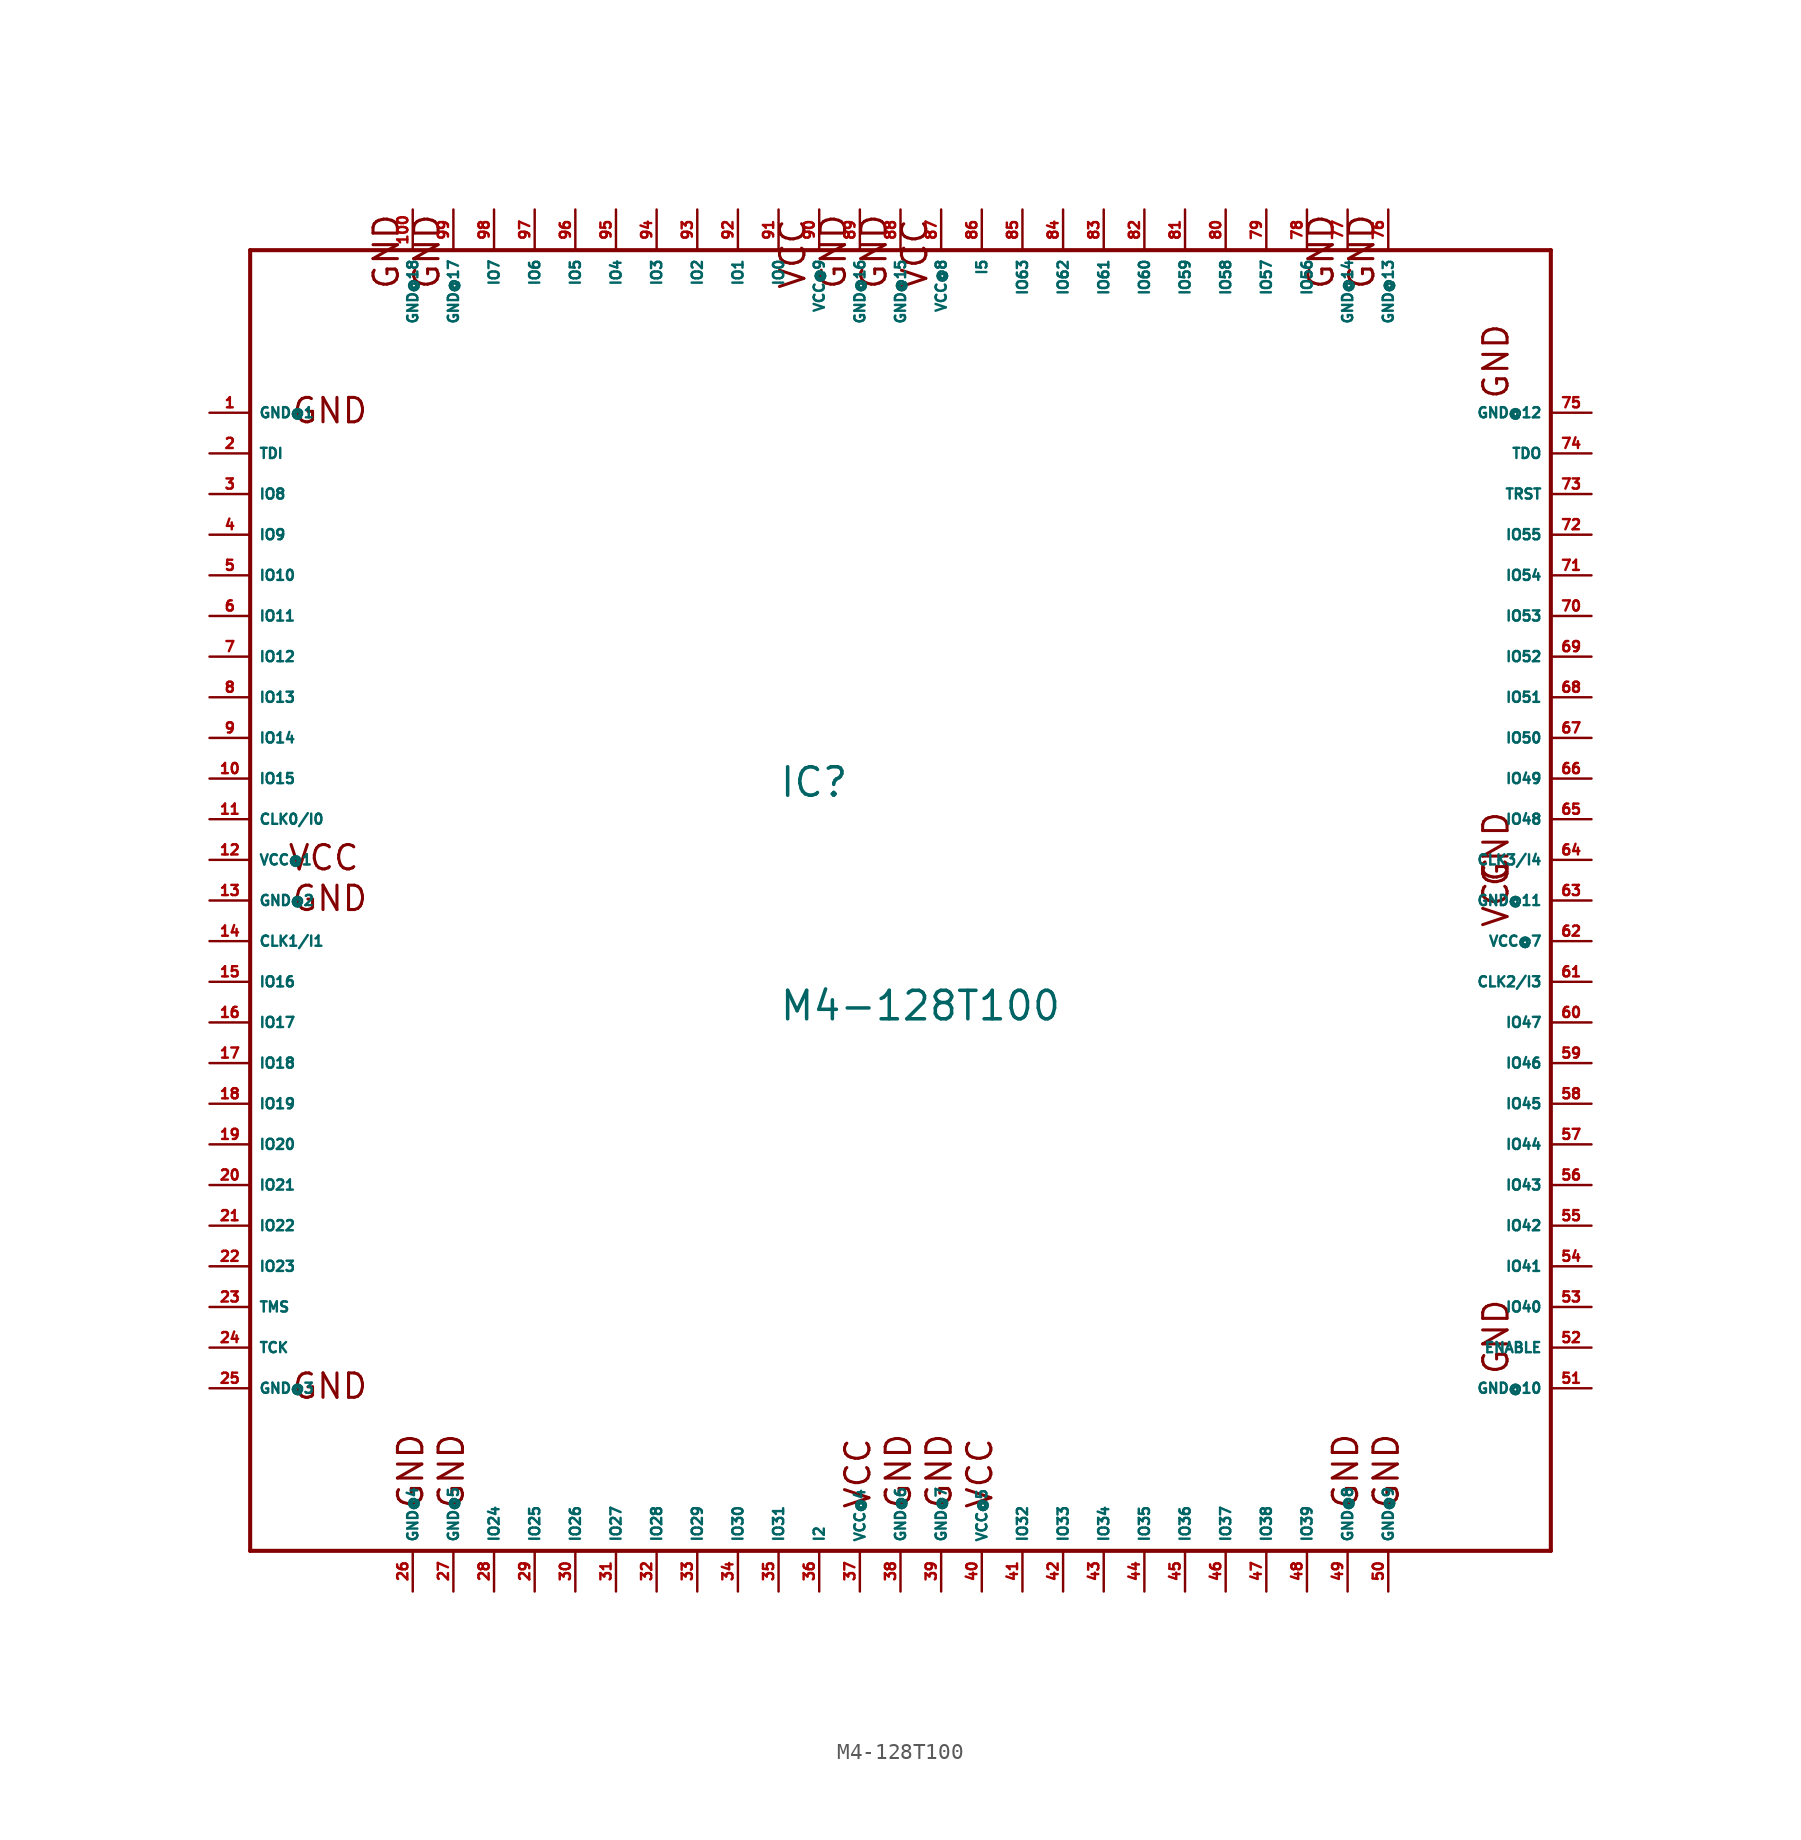
<source format=kicad_sym>
(kicad_symbol_lib
  (version 20220914)
  (generator Eagle2Kicad)
  (symbol "M4-128T100"
    (property "Reference" "IC"
      (at -7.62 6.35 0)
      (effects (font (size 1.778 1.778) (thickness 0.22)) (justify left bottom)))
    (property "Value" "M4-128T100"
      (at -7.62 -7.62 0)
      (effects (font (size 1.778 1.778) (thickness 0.22)) (justify left bottom)))
    (polyline
      (pts (xy -40.64 40.64) (xy -40.64 -40.64))
      (stroke (width 0.254) (type default))
      (fill (type none)))
    (polyline
      (pts (xy -40.64 -40.64) (xy 40.64 -40.64))
      (stroke (width 0.254) (type default))
      (fill (type none)))
    (polyline
      (pts (xy 40.64 -40.64) (xy 40.64 40.64))
      (stroke (width 0.254) (type default))
      (fill (type none)))
    (polyline
      (pts (xy 40.64 40.64) (xy -40.64 40.64))
      (stroke (width 0.254) (type default))
      (fill (type none)))
    (text "GND"
      (at -38.1 29.718 0)
      (effects (font (size 1.524 1.524) (thickness 0.19)) (justify left bottom)))
    (text "GND"
      (at -38.1 -0.762 0)
      (effects (font (size 1.524 1.524) (thickness 0.19)) (justify left bottom)))
    (text "VCC"
      (at -38.354 1.778 0)
      (effects (font (size 1.524 1.524) (thickness 0.19)) (justify left bottom)))
    (text "GND"
      (at -38.1 -31.242 0)
      (effects (font (size 1.524 1.524) (thickness 0.19)) (justify left bottom)))
    (text "GND"
      (at 0.762 -38.1 900)
      (effects (font (size 1.524 1.524) (thickness 0.19)) (justify left bottom)))
    (text "VCC"
      (at -1.778 -38.1 900)
      (effects (font (size 1.524 1.524) (thickness 0.19)) (justify left bottom)))
    (text "GND"
      (at 28.702 -38.1 900)
      (effects (font (size 1.524 1.524) (thickness 0.19)) (justify left bottom)))
    (text "GND"
      (at 3.302 -38.1 900)
      (effects (font (size 1.524 1.524) (thickness 0.19)) (justify left bottom)))
    (text "VCC"
      (at 5.842 -38.1 900)
      (effects (font (size 1.524 1.524) (thickness 0.19)) (justify left bottom)))
    (text "GND"
      (at 31.242 -38.1 900)
      (effects (font (size 1.524 1.524) (thickness 0.19)) (justify left bottom)))
    (text "VCC"
      (at 38.1 -1.778 1800)
      (effects (font (size 1.524 1.524) (thickness 0.19)) (justify left bottom)))
    (text "GND"
      (at 38.1 0.762 1800)
      (effects (font (size 1.524 1.524) (thickness 0.19)) (justify left bottom)))
    (text "GND"
      (at 38.1 31.242 1800)
      (effects (font (size 1.524 1.524) (thickness 0.19)) (justify left bottom)))
    (text "GND"
      (at -0.762 38.1 2700)
      (effects (font (size 1.524 1.524) (thickness 0.19)) (justify left bottom)))
    (text "VCC"
      (at 1.778 38.1 2700)
      (effects (font (size 1.524 1.524) (thickness 0.19)) (justify left bottom)))
    (text "GND"
      (at -3.302 38.1 2700)
      (effects (font (size 1.524 1.524) (thickness 0.19)) (justify left bottom)))
    (text "VCC"
      (at -5.842 38.1 2700)
      (effects (font (size 1.524 1.524) (thickness 0.19)) (justify left bottom)))
    (text "GND"
      (at -29.718 -38.1 900)
      (effects (font (size 1.524 1.524) (thickness 0.19)) (justify left bottom)))
    (text "GND"
      (at -27.178 -38.1 900)
      (effects (font (size 1.524 1.524) (thickness 0.19)) (justify left bottom)))
    (text "GND"
      (at 38.1 -29.718 1800)
      (effects (font (size 1.524 1.524) (thickness 0.19)) (justify left bottom)))
    (text "GND"
      (at 29.718 38.1 2700)
      (effects (font (size 1.524 1.524) (thickness 0.19)) (justify left bottom)))
    (text "GND"
      (at 27.178 38.1 2700)
      (effects (font (size 1.524 1.524) (thickness 0.19)) (justify left bottom)))
    (text "GND"
      (at -28.702 38.1 2700)
      (effects (font (size 1.524 1.524) (thickness 0.19)) (justify left bottom)))
    (text "GND"
      (at -31.242 38.1 2700)
      (effects (font (size 1.524 1.524) (thickness 0.19)) (justify left bottom)))
    (pin input line
      (at -43.18 5.08 0)
      (length 2.54)
      (name "CLK0/I0" (effects (font (size 0.635 0.635) (thickness 0.08)) (justify left bottom)))
      (number "11" (effects (font (size 0.635 0.635) (thickness 0.08)) (justify left bottom))))
    (pin input line
      (at -43.18 -2.54 0)
      (length 2.54)
      (name "CLK1/I1" (effects (font (size 0.635 0.635) (thickness 0.08)) (justify left bottom)))
      (number "14" (effects (font (size 0.635 0.635) (thickness 0.08)) (justify left bottom))))
    (pin input line
      (at -43.18 27.94 0)
      (length 2.54)
      (name "TDI" (effects (font (size 0.635 0.635) (thickness 0.08)) (justify left bottom)))
      (number "2" (effects (font (size 0.635 0.635) (thickness 0.08)) (justify left bottom))))
    (pin input line
      (at -43.18 -27.94 0)
      (length 2.54)
      (name "TCK" (effects (font (size 0.635 0.635) (thickness 0.08)) (justify left bottom)))
      (number "24" (effects (font (size 0.635 0.635) (thickness 0.08)) (justify left bottom))))
    (pin input line
      (at -43.18 -25.4 0)
      (length 2.54)
      (name "TMS" (effects (font (size 0.635 0.635) (thickness 0.08)) (justify left bottom)))
      (number "23" (effects (font (size 0.635 0.635) (thickness 0.08)) (justify left bottom))))
    (pin output line
      (at 43.18 27.94 180)
      (length 2.54)
      (name "TDO" (effects (font (size 0.635 0.635) (thickness 0.08)) (justify left bottom)))
      (number "74" (effects (font (size 0.635 0.635) (thickness 0.08)) (justify left bottom))))
    (pin bidirectional line
      (at -7.62 43.18 270)
      (length 2.54)
      (name "IO0" (effects (font (size 0.635 0.635) (thickness 0.08)) (justify left bottom)))
      (number "91" (effects (font (size 0.635 0.635) (thickness 0.08)) (justify left bottom))))
    (pin bidirectional line
      (at -10.16 43.18 270)
      (length 2.54)
      (name "IO1" (effects (font (size 0.635 0.635) (thickness 0.08)) (justify left bottom)))
      (number "92" (effects (font (size 0.635 0.635) (thickness 0.08)) (justify left bottom))))
    (pin bidirectional line
      (at -12.7 43.18 270)
      (length 2.54)
      (name "IO2" (effects (font (size 0.635 0.635) (thickness 0.08)) (justify left bottom)))
      (number "93" (effects (font (size 0.635 0.635) (thickness 0.08)) (justify left bottom))))
    (pin bidirectional line
      (at -15.24 43.18 270)
      (length 2.54)
      (name "IO3" (effects (font (size 0.635 0.635) (thickness 0.08)) (justify left bottom)))
      (number "94" (effects (font (size 0.635 0.635) (thickness 0.08)) (justify left bottom))))
    (pin bidirectional line
      (at -17.78 43.18 270)
      (length 2.54)
      (name "IO4" (effects (font (size 0.635 0.635) (thickness 0.08)) (justify left bottom)))
      (number "95" (effects (font (size 0.635 0.635) (thickness 0.08)) (justify left bottom))))
    (pin bidirectional line
      (at -20.32 43.18 270)
      (length 2.54)
      (name "IO5" (effects (font (size 0.635 0.635) (thickness 0.08)) (justify left bottom)))
      (number "96" (effects (font (size 0.635 0.635) (thickness 0.08)) (justify left bottom))))
    (pin bidirectional line
      (at -22.86 43.18 270)
      (length 2.54)
      (name "IO6" (effects (font (size 0.635 0.635) (thickness 0.08)) (justify left bottom)))
      (number "97" (effects (font (size 0.635 0.635) (thickness 0.08)) (justify left bottom))))
    (pin bidirectional line
      (at -25.4 43.18 270)
      (length 2.54)
      (name "IO7" (effects (font (size 0.635 0.635) (thickness 0.08)) (justify left bottom)))
      (number "98" (effects (font (size 0.635 0.635) (thickness 0.08)) (justify left bottom))))
    (pin bidirectional line
      (at -43.18 25.4 0)
      (length 2.54)
      (name "IO8" (effects (font (size 0.635 0.635) (thickness 0.08)) (justify left bottom)))
      (number "3" (effects (font (size 0.635 0.635) (thickness 0.08)) (justify left bottom))))
    (pin bidirectional line
      (at -43.18 22.86 0)
      (length 2.54)
      (name "IO9" (effects (font (size 0.635 0.635) (thickness 0.08)) (justify left bottom)))
      (number "4" (effects (font (size 0.635 0.635) (thickness 0.08)) (justify left bottom))))
    (pin bidirectional line
      (at -43.18 20.32 0)
      (length 2.54)
      (name "IO10" (effects (font (size 0.635 0.635) (thickness 0.08)) (justify left bottom)))
      (number "5" (effects (font (size 0.635 0.635) (thickness 0.08)) (justify left bottom))))
    (pin bidirectional line
      (at -43.18 17.78 0)
      (length 2.54)
      (name "IO11" (effects (font (size 0.635 0.635) (thickness 0.08)) (justify left bottom)))
      (number "6" (effects (font (size 0.635 0.635) (thickness 0.08)) (justify left bottom))))
    (pin bidirectional line
      (at -43.18 15.24 0)
      (length 2.54)
      (name "IO12" (effects (font (size 0.635 0.635) (thickness 0.08)) (justify left bottom)))
      (number "7" (effects (font (size 0.635 0.635) (thickness 0.08)) (justify left bottom))))
    (pin bidirectional line
      (at -43.18 12.7 0)
      (length 2.54)
      (name "IO13" (effects (font (size 0.635 0.635) (thickness 0.08)) (justify left bottom)))
      (number "8" (effects (font (size 0.635 0.635) (thickness 0.08)) (justify left bottom))))
    (pin bidirectional line
      (at -43.18 10.16 0)
      (length 2.54)
      (name "IO14" (effects (font (size 0.635 0.635) (thickness 0.08)) (justify left bottom)))
      (number "9" (effects (font (size 0.635 0.635) (thickness 0.08)) (justify left bottom))))
    (pin bidirectional line
      (at -43.18 7.62 0)
      (length 2.54)
      (name "IO15" (effects (font (size 0.635 0.635) (thickness 0.08)) (justify left bottom)))
      (number "10" (effects (font (size 0.635 0.635) (thickness 0.08)) (justify left bottom))))
    (pin bidirectional line
      (at -43.18 -5.08 0)
      (length 2.54)
      (name "IO16" (effects (font (size 0.635 0.635) (thickness 0.08)) (justify left bottom)))
      (number "15" (effects (font (size 0.635 0.635) (thickness 0.08)) (justify left bottom))))
    (pin bidirectional line
      (at -43.18 -7.62 0)
      (length 2.54)
      (name "IO17" (effects (font (size 0.635 0.635) (thickness 0.08)) (justify left bottom)))
      (number "16" (effects (font (size 0.635 0.635) (thickness 0.08)) (justify left bottom))))
    (pin bidirectional line
      (at -43.18 -10.16 0)
      (length 2.54)
      (name "IO18" (effects (font (size 0.635 0.635) (thickness 0.08)) (justify left bottom)))
      (number "17" (effects (font (size 0.635 0.635) (thickness 0.08)) (justify left bottom))))
    (pin bidirectional line
      (at -43.18 -12.7 0)
      (length 2.54)
      (name "IO19" (effects (font (size 0.635 0.635) (thickness 0.08)) (justify left bottom)))
      (number "18" (effects (font (size 0.635 0.635) (thickness 0.08)) (justify left bottom))))
    (pin bidirectional line
      (at -43.18 -15.24 0)
      (length 2.54)
      (name "IO20" (effects (font (size 0.635 0.635) (thickness 0.08)) (justify left bottom)))
      (number "19" (effects (font (size 0.635 0.635) (thickness 0.08)) (justify left bottom))))
    (pin bidirectional line
      (at -43.18 -17.78 0)
      (length 2.54)
      (name "IO21" (effects (font (size 0.635 0.635) (thickness 0.08)) (justify left bottom)))
      (number "20" (effects (font (size 0.635 0.635) (thickness 0.08)) (justify left bottom))))
    (pin bidirectional line
      (at -43.18 -20.32 0)
      (length 2.54)
      (name "IO22" (effects (font (size 0.635 0.635) (thickness 0.08)) (justify left bottom)))
      (number "21" (effects (font (size 0.635 0.635) (thickness 0.08)) (justify left bottom))))
    (pin bidirectional line
      (at -43.18 -22.86 0)
      (length 2.54)
      (name "IO23" (effects (font (size 0.635 0.635) (thickness 0.08)) (justify left bottom)))
      (number "22" (effects (font (size 0.635 0.635) (thickness 0.08)) (justify left bottom))))
    (pin bidirectional line
      (at -25.4 -43.18 90)
      (length 2.54)
      (name "IO24" (effects (font (size 0.635 0.635) (thickness 0.08)) (justify left bottom)))
      (number "28" (effects (font (size 0.635 0.635) (thickness 0.08)) (justify left bottom))))
    (pin bidirectional line
      (at -22.86 -43.18 90)
      (length 2.54)
      (name "IO25" (effects (font (size 0.635 0.635) (thickness 0.08)) (justify left bottom)))
      (number "29" (effects (font (size 0.635 0.635) (thickness 0.08)) (justify left bottom))))
    (pin bidirectional line
      (at -20.32 -43.18 90)
      (length 2.54)
      (name "IO26" (effects (font (size 0.635 0.635) (thickness 0.08)) (justify left bottom)))
      (number "30" (effects (font (size 0.635 0.635) (thickness 0.08)) (justify left bottom))))
    (pin bidirectional line
      (at -17.78 -43.18 90)
      (length 2.54)
      (name "IO27" (effects (font (size 0.635 0.635) (thickness 0.08)) (justify left bottom)))
      (number "31" (effects (font (size 0.635 0.635) (thickness 0.08)) (justify left bottom))))
    (pin bidirectional line
      (at -15.24 -43.18 90)
      (length 2.54)
      (name "IO28" (effects (font (size 0.635 0.635) (thickness 0.08)) (justify left bottom)))
      (number "32" (effects (font (size 0.635 0.635) (thickness 0.08)) (justify left bottom))))
    (pin bidirectional line
      (at -12.7 -43.18 90)
      (length 2.54)
      (name "IO29" (effects (font (size 0.635 0.635) (thickness 0.08)) (justify left bottom)))
      (number "33" (effects (font (size 0.635 0.635) (thickness 0.08)) (justify left bottom))))
    (pin bidirectional line
      (at -10.16 -43.18 90)
      (length 2.54)
      (name "IO30" (effects (font (size 0.635 0.635) (thickness 0.08)) (justify left bottom)))
      (number "34" (effects (font (size 0.635 0.635) (thickness 0.08)) (justify left bottom))))
    (pin bidirectional line
      (at -7.62 -43.18 90)
      (length 2.54)
      (name "IO31" (effects (font (size 0.635 0.635) (thickness 0.08)) (justify left bottom)))
      (number "35" (effects (font (size 0.635 0.635) (thickness 0.08)) (justify left bottom))))
    (pin unspecified line
      (at -43.18 30.48 0)
      (length 2.54)
      (name "GND@1" (effects (font (size 0.635 0.635) (thickness 0.08)) (justify left bottom)))
      (number "1" (effects (font (size 0.635 0.635) (thickness 0.08)) (justify left bottom))))
    (pin unspecified line
      (at -30.48 -43.18 90)
      (length 2.54)
      (name "GND@4" (effects (font (size 0.635 0.635) (thickness 0.08)) (justify left bottom)))
      (number "26" (effects (font (size 0.635 0.635) (thickness 0.08)) (justify left bottom))))
    (pin unspecified line
      (at -43.18 2.54 0)
      (length 2.54)
      (name "VCC@1" (effects (font (size 0.635 0.635) (thickness 0.08)) (justify left bottom)))
      (number "12" (effects (font (size 0.635 0.635) (thickness 0.08)) (justify left bottom))))
    (pin bidirectional line
      (at 7.62 -43.18 90)
      (length 2.54)
      (name "IO32" (effects (font (size 0.635 0.635) (thickness 0.08)) (justify left bottom)))
      (number "41" (effects (font (size 0.635 0.635) (thickness 0.08)) (justify left bottom))))
    (pin bidirectional line
      (at 10.16 -43.18 90)
      (length 2.54)
      (name "IO33" (effects (font (size 0.635 0.635) (thickness 0.08)) (justify left bottom)))
      (number "42" (effects (font (size 0.635 0.635) (thickness 0.08)) (justify left bottom))))
    (pin bidirectional line
      (at 12.7 -43.18 90)
      (length 2.54)
      (name "IO34" (effects (font (size 0.635 0.635) (thickness 0.08)) (justify left bottom)))
      (number "43" (effects (font (size 0.635 0.635) (thickness 0.08)) (justify left bottom))))
    (pin bidirectional line
      (at 15.24 -43.18 90)
      (length 2.54)
      (name "IO35" (effects (font (size 0.635 0.635) (thickness 0.08)) (justify left bottom)))
      (number "44" (effects (font (size 0.635 0.635) (thickness 0.08)) (justify left bottom))))
    (pin input line
      (at 43.18 2.54 180)
      (length 2.54)
      (name "CLK3/I4" (effects (font (size 0.635 0.635) (thickness 0.08)) (justify left bottom)))
      (number "64" (effects (font (size 0.635 0.635) (thickness 0.08)) (justify left bottom))))
    (pin unspecified line
      (at -27.94 -43.18 90)
      (length 2.54)
      (name "GND@5" (effects (font (size 0.635 0.635) (thickness 0.08)) (justify left bottom)))
      (number "27" (effects (font (size 0.635 0.635) (thickness 0.08)) (justify left bottom))))
    (pin input line
      (at 43.18 -5.08 180)
      (length 2.54)
      (name "CLK2/I3" (effects (font (size 0.635 0.635) (thickness 0.08)) (justify left bottom)))
      (number "61" (effects (font (size 0.635 0.635) (thickness 0.08)) (justify left bottom))))
    (pin bidirectional line
      (at 17.78 -43.18 90)
      (length 2.54)
      (name "IO36" (effects (font (size 0.635 0.635) (thickness 0.08)) (justify left bottom)))
      (number "45" (effects (font (size 0.635 0.635) (thickness 0.08)) (justify left bottom))))
    (pin bidirectional line
      (at 20.32 -43.18 90)
      (length 2.54)
      (name "IO37" (effects (font (size 0.635 0.635) (thickness 0.08)) (justify left bottom)))
      (number "46" (effects (font (size 0.635 0.635) (thickness 0.08)) (justify left bottom))))
    (pin bidirectional line
      (at 22.86 -43.18 90)
      (length 2.54)
      (name "IO38" (effects (font (size 0.635 0.635) (thickness 0.08)) (justify left bottom)))
      (number "47" (effects (font (size 0.635 0.635) (thickness 0.08)) (justify left bottom))))
    (pin bidirectional line
      (at 25.4 -43.18 90)
      (length 2.54)
      (name "IO39" (effects (font (size 0.635 0.635) (thickness 0.08)) (justify left bottom)))
      (number "48" (effects (font (size 0.635 0.635) (thickness 0.08)) (justify left bottom))))
    (pin bidirectional line
      (at 43.18 -25.4 180)
      (length 2.54)
      (name "IO40" (effects (font (size 0.635 0.635) (thickness 0.08)) (justify left bottom)))
      (number "53" (effects (font (size 0.635 0.635) (thickness 0.08)) (justify left bottom))))
    (pin bidirectional line
      (at 43.18 -22.86 180)
      (length 2.54)
      (name "IO41" (effects (font (size 0.635 0.635) (thickness 0.08)) (justify left bottom)))
      (number "54" (effects (font (size 0.635 0.635) (thickness 0.08)) (justify left bottom))))
    (pin bidirectional line
      (at 43.18 -20.32 180)
      (length 2.54)
      (name "IO42" (effects (font (size 0.635 0.635) (thickness 0.08)) (justify left bottom)))
      (number "55" (effects (font (size 0.635 0.635) (thickness 0.08)) (justify left bottom))))
    (pin bidirectional line
      (at 43.18 -17.78 180)
      (length 2.54)
      (name "IO43" (effects (font (size 0.635 0.635) (thickness 0.08)) (justify left bottom)))
      (number "56" (effects (font (size 0.635 0.635) (thickness 0.08)) (justify left bottom))))
    (pin bidirectional line
      (at 43.18 -15.24 180)
      (length 2.54)
      (name "IO44" (effects (font (size 0.635 0.635) (thickness 0.08)) (justify left bottom)))
      (number "57" (effects (font (size 0.635 0.635) (thickness 0.08)) (justify left bottom))))
    (pin bidirectional line
      (at 43.18 -12.7 180)
      (length 2.54)
      (name "IO45" (effects (font (size 0.635 0.635) (thickness 0.08)) (justify left bottom)))
      (number "58" (effects (font (size 0.635 0.635) (thickness 0.08)) (justify left bottom))))
    (pin bidirectional line
      (at 43.18 -10.16 180)
      (length 2.54)
      (name "IO46" (effects (font (size 0.635 0.635) (thickness 0.08)) (justify left bottom)))
      (number "59" (effects (font (size 0.635 0.635) (thickness 0.08)) (justify left bottom))))
    (pin bidirectional line
      (at 43.18 -7.62 180)
      (length 2.54)
      (name "IO47" (effects (font (size 0.635 0.635) (thickness 0.08)) (justify left bottom)))
      (number "60" (effects (font (size 0.635 0.635) (thickness 0.08)) (justify left bottom))))
    (pin input line
      (at -5.08 -43.18 90)
      (length 2.54)
      (name "I2" (effects (font (size 0.635 0.635) (thickness 0.08)) (justify left bottom)))
      (number "36" (effects (font (size 0.635 0.635) (thickness 0.08)) (justify left bottom))))
    (pin unspecified line
      (at 2.54 -43.18 90)
      (length 2.54)
      (name "GND@7" (effects (font (size 0.635 0.635) (thickness 0.08)) (justify left bottom)))
      (number "39" (effects (font (size 0.635 0.635) (thickness 0.08)) (justify left bottom))))
    (pin unspecified line
      (at -2.54 -43.18 90)
      (length 2.54)
      (name "VCC@4" (effects (font (size 0.635 0.635) (thickness 0.08)) (justify left bottom)))
      (number "37" (effects (font (size 0.635 0.635) (thickness 0.08)) (justify left bottom))))
    (pin unspecified line
      (at 27.94 -43.18 90)
      (length 2.54)
      (name "GND@8" (effects (font (size 0.635 0.635) (thickness 0.08)) (justify left bottom)))
      (number "49" (effects (font (size 0.635 0.635) (thickness 0.08)) (justify left bottom))))
    (pin unspecified line
      (at 30.48 -43.18 90)
      (length 2.54)
      (name "GND@9" (effects (font (size 0.635 0.635) (thickness 0.08)) (justify left bottom)))
      (number "50" (effects (font (size 0.635 0.635) (thickness 0.08)) (justify left bottom))))
    (pin unspecified line
      (at 5.08 -43.18 90)
      (length 2.54)
      (name "VCC@5" (effects (font (size 0.635 0.635) (thickness 0.08)) (justify left bottom)))
      (number "40" (effects (font (size 0.635 0.635) (thickness 0.08)) (justify left bottom))))
    (pin unspecified line
      (at 43.18 -30.48 180)
      (length 2.54)
      (name "GND@10" (effects (font (size 0.635 0.635) (thickness 0.08)) (justify left bottom)))
      (number "51" (effects (font (size 0.635 0.635) (thickness 0.08)) (justify left bottom))))
    (pin input line
      (at 43.18 -27.94 180)
      (length 2.54)
      (name "ENABLE" (effects (font (size 0.635 0.635) (thickness 0.08)) (justify left bottom)))
      (number "52" (effects (font (size 0.635 0.635) (thickness 0.08)) (justify left bottom))))
    (pin unspecified line
      (at 43.18 -2.54 180)
      (length 2.54)
      (name "VCC@7" (effects (font (size 0.635 0.635) (thickness 0.08)) (justify left bottom)))
      (number "62" (effects (font (size 0.635 0.635) (thickness 0.08)) (justify left bottom))))
    (pin unspecified line
      (at 43.18 0 180)
      (length 2.54)
      (name "GND@11" (effects (font (size 0.635 0.635) (thickness 0.08)) (justify left bottom)))
      (number "63" (effects (font (size 0.635 0.635) (thickness 0.08)) (justify left bottom))))
    (pin bidirectional line
      (at 43.18 5.08 180)
      (length 2.54)
      (name "IO48" (effects (font (size 0.635 0.635) (thickness 0.08)) (justify left bottom)))
      (number "65" (effects (font (size 0.635 0.635) (thickness 0.08)) (justify left bottom))))
    (pin bidirectional line
      (at 43.18 7.62 180)
      (length 2.54)
      (name "IO49" (effects (font (size 0.635 0.635) (thickness 0.08)) (justify left bottom)))
      (number "66" (effects (font (size 0.635 0.635) (thickness 0.08)) (justify left bottom))))
    (pin bidirectional line
      (at 43.18 10.16 180)
      (length 2.54)
      (name "IO50" (effects (font (size 0.635 0.635) (thickness 0.08)) (justify left bottom)))
      (number "67" (effects (font (size 0.635 0.635) (thickness 0.08)) (justify left bottom))))
    (pin bidirectional line
      (at 43.18 12.7 180)
      (length 2.54)
      (name "IO51" (effects (font (size 0.635 0.635) (thickness 0.08)) (justify left bottom)))
      (number "68" (effects (font (size 0.635 0.635) (thickness 0.08)) (justify left bottom))))
    (pin bidirectional line
      (at 43.18 15.24 180)
      (length 2.54)
      (name "IO52" (effects (font (size 0.635 0.635) (thickness 0.08)) (justify left bottom)))
      (number "69" (effects (font (size 0.635 0.635) (thickness 0.08)) (justify left bottom))))
    (pin bidirectional line
      (at 43.18 17.78 180)
      (length 2.54)
      (name "IO53" (effects (font (size 0.635 0.635) (thickness 0.08)) (justify left bottom)))
      (number "70" (effects (font (size 0.635 0.635) (thickness 0.08)) (justify left bottom))))
    (pin bidirectional line
      (at 43.18 20.32 180)
      (length 2.54)
      (name "IO54" (effects (font (size 0.635 0.635) (thickness 0.08)) (justify left bottom)))
      (number "71" (effects (font (size 0.635 0.635) (thickness 0.08)) (justify left bottom))))
    (pin bidirectional line
      (at 43.18 22.86 180)
      (length 2.54)
      (name "IO55" (effects (font (size 0.635 0.635) (thickness 0.08)) (justify left bottom)))
      (number "72" (effects (font (size 0.635 0.635) (thickness 0.08)) (justify left bottom))))
    (pin input line
      (at 43.18 25.4 180)
      (length 2.54)
      (name "TRST" (effects (font (size 0.635 0.635) (thickness 0.08)) (justify left bottom)))
      (number "73" (effects (font (size 0.635 0.635) (thickness 0.08)) (justify left bottom))))
    (pin unspecified line
      (at 30.48 43.18 270)
      (length 2.54)
      (name "GND@13" (effects (font (size 0.635 0.635) (thickness 0.08)) (justify left bottom)))
      (number "76" (effects (font (size 0.635 0.635) (thickness 0.08)) (justify left bottom))))
    (pin bidirectional line
      (at 25.4 43.18 270)
      (length 2.54)
      (name "IO56" (effects (font (size 0.635 0.635) (thickness 0.08)) (justify left bottom)))
      (number "78" (effects (font (size 0.635 0.635) (thickness 0.08)) (justify left bottom))))
    (pin bidirectional line
      (at 22.86 43.18 270)
      (length 2.54)
      (name "IO57" (effects (font (size 0.635 0.635) (thickness 0.08)) (justify left bottom)))
      (number "79" (effects (font (size 0.635 0.635) (thickness 0.08)) (justify left bottom))))
    (pin bidirectional line
      (at 20.32 43.18 270)
      (length 2.54)
      (name "IO58" (effects (font (size 0.635 0.635) (thickness 0.08)) (justify left bottom)))
      (number "80" (effects (font (size 0.635 0.635) (thickness 0.08)) (justify left bottom))))
    (pin bidirectional line
      (at 17.78 43.18 270)
      (length 2.54)
      (name "IO59" (effects (font (size 0.635 0.635) (thickness 0.08)) (justify left bottom)))
      (number "81" (effects (font (size 0.635 0.635) (thickness 0.08)) (justify left bottom))))
    (pin bidirectional line
      (at 15.24 43.18 270)
      (length 2.54)
      (name "IO60" (effects (font (size 0.635 0.635) (thickness 0.08)) (justify left bottom)))
      (number "82" (effects (font (size 0.635 0.635) (thickness 0.08)) (justify left bottom))))
    (pin bidirectional line
      (at 12.7 43.18 270)
      (length 2.54)
      (name "IO61" (effects (font (size 0.635 0.635) (thickness 0.08)) (justify left bottom)))
      (number "83" (effects (font (size 0.635 0.635) (thickness 0.08)) (justify left bottom))))
    (pin bidirectional line
      (at 10.16 43.18 270)
      (length 2.54)
      (name "IO62" (effects (font (size 0.635 0.635) (thickness 0.08)) (justify left bottom)))
      (number "84" (effects (font (size 0.635 0.635) (thickness 0.08)) (justify left bottom))))
    (pin bidirectional line
      (at 7.62 43.18 270)
      (length 2.54)
      (name "IO63" (effects (font (size 0.635 0.635) (thickness 0.08)) (justify left bottom)))
      (number "85" (effects (font (size 0.635 0.635) (thickness 0.08)) (justify left bottom))))
    (pin unspecified line
      (at 0 43.18 270)
      (length 2.54)
      (name "GND@15" (effects (font (size 0.635 0.635) (thickness 0.08)) (justify left bottom)))
      (number "88" (effects (font (size 0.635 0.635) (thickness 0.08)) (justify left bottom))))
    (pin unspecified line
      (at 2.54 43.18 270)
      (length 2.54)
      (name "VCC@8" (effects (font (size 0.635 0.635) (thickness 0.08)) (justify left bottom)))
      (number "87" (effects (font (size 0.635 0.635) (thickness 0.08)) (justify left bottom))))
    (pin unspecified line
      (at -2.54 43.18 270)
      (length 2.54)
      (name "GND@16" (effects (font (size 0.635 0.635) (thickness 0.08)) (justify left bottom)))
      (number "89" (effects (font (size 0.635 0.635) (thickness 0.08)) (justify left bottom))))
    (pin unspecified line
      (at -5.08 43.18 270)
      (length 2.54)
      (name "VCC@9" (effects (font (size 0.635 0.635) (thickness 0.08)) (justify left bottom)))
      (number "90" (effects (font (size 0.635 0.635) (thickness 0.08)) (justify left bottom))))
    (pin unspecified line
      (at -43.18 0 0)
      (length 2.54)
      (name "GND@2" (effects (font (size 0.635 0.635) (thickness 0.08)) (justify left bottom)))
      (number "13" (effects (font (size 0.635 0.635) (thickness 0.08)) (justify left bottom))))
    (pin unspecified line
      (at -43.18 -30.48 0)
      (length 2.54)
      (name "GND@3" (effects (font (size 0.635 0.635) (thickness 0.08)) (justify left bottom)))
      (number "25" (effects (font (size 0.635 0.635) (thickness 0.08)) (justify left bottom))))
    (pin unspecified line
      (at -27.94 43.18 270)
      (length 2.54)
      (name "GND@17" (effects (font (size 0.635 0.635) (thickness 0.08)) (justify left bottom)))
      (number "99" (effects (font (size 0.635 0.635) (thickness 0.08)) (justify left bottom))))
    (pin unspecified line
      (at 0 -43.18 90)
      (length 2.54)
      (name "GND@6" (effects (font (size 0.635 0.635) (thickness 0.08)) (justify left bottom)))
      (number "38" (effects (font (size 0.635 0.635) (thickness 0.08)) (justify left bottom))))
    (pin unspecified line
      (at 43.18 30.48 180)
      (length 2.54)
      (name "GND@12" (effects (font (size 0.635 0.635) (thickness 0.08)) (justify left bottom)))
      (number "75" (effects (font (size 0.635 0.635) (thickness 0.08)) (justify left bottom))))
    (pin input line
      (at 5.08 43.18 270)
      (length 2.54)
      (name "I5" (effects (font (size 0.635 0.635) (thickness 0.08)) (justify left bottom)))
      (number "86" (effects (font (size 0.635 0.635) (thickness 0.08)) (justify left bottom))))
    (pin unspecified line
      (at 27.94 43.18 270)
      (length 2.54)
      (name "GND@14" (effects (font (size 0.635 0.635) (thickness 0.08)) (justify left bottom)))
      (number "77" (effects (font (size 0.635 0.635) (thickness 0.08)) (justify left bottom))))
    (pin unspecified line
      (at -30.48 43.18 270)
      (length 2.54)
      (name "GND@18" (effects (font (size 0.635 0.635) (thickness 0.08)) (justify left bottom)))
      (number "100" (effects (font (size 0.635 0.635) (thickness 0.08)) (justify left bottom))))))
</source>
